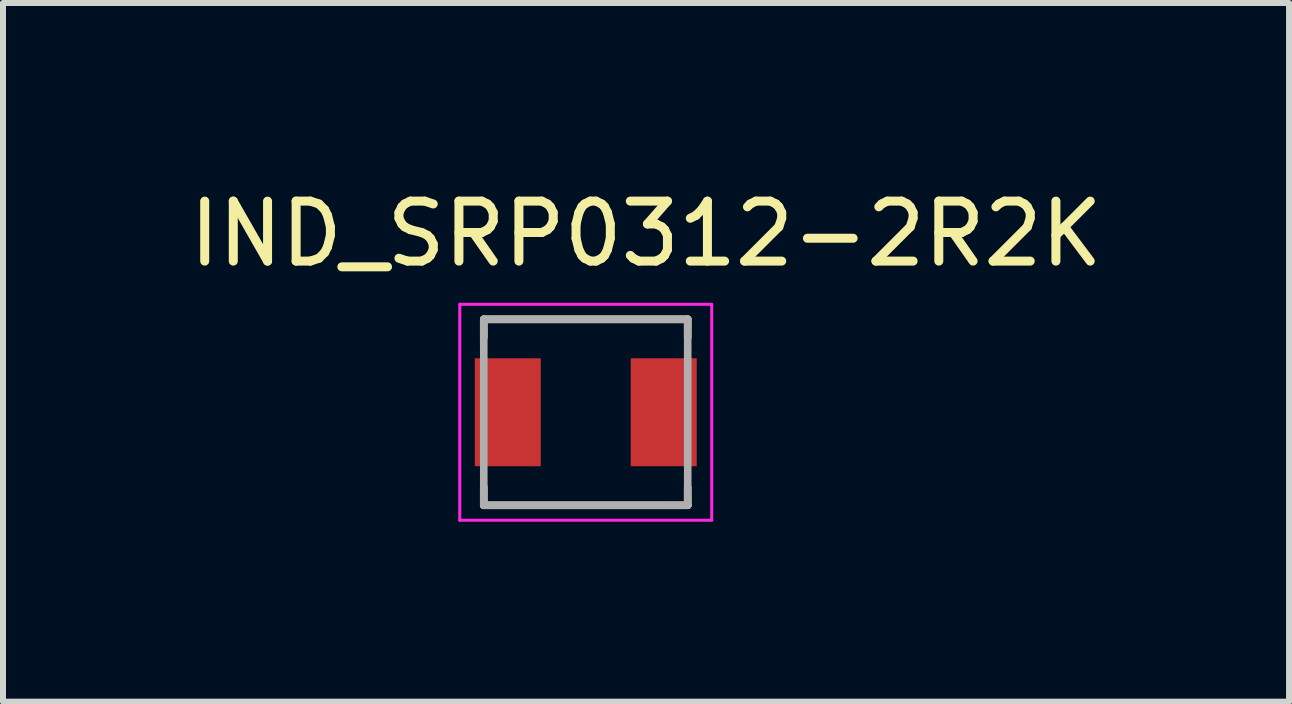
<source format=kicad_pcb>
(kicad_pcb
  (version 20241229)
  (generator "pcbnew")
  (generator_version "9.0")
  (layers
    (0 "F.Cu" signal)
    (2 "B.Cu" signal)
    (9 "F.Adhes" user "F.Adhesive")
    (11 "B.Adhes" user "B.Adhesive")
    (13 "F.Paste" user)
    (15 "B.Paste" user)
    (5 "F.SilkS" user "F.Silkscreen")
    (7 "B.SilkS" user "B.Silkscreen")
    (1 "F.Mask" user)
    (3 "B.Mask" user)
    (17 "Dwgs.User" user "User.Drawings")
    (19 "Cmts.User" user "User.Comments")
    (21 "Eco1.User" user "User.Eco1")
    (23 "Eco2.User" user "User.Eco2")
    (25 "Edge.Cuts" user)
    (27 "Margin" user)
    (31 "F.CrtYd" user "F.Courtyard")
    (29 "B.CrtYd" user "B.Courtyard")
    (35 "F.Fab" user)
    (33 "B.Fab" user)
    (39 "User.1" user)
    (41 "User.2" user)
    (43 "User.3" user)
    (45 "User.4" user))
  (footprint "IND_SRP0312-2R2K"
    (layer "F.Cu")
    (at 6.715 3.823)
    (property "Reference" "IND_SRP0312-2R2K" (at 1.005 -2.975 0) (layer "F.SilkS") (effects (font (size 1 1) (thickness 0.15))))
    (attr through_hole)
    (fp_line (start -1.7 -1.55) (end 1.7 -1.55) (stroke (width 0.127) (type solid)) (layer "F.SilkS"))
    (fp_line (start -1.7 -1.25) (end -1.7 -1.55) (stroke (width 0.127) (type solid)) (layer "F.SilkS"))
    (fp_line (start -1.7 1.25) (end -1.7 1.55) (stroke (width 0.127) (type solid)) (layer "F.SilkS"))
    (fp_line (start -1.7 1.55) (end 1.7 1.55) (stroke (width 0.127) (type solid)) (layer "F.SilkS"))
    (fp_line (start 1.7 -1.55) (end 1.7 -1.25) (stroke (width 0.127) (type solid)) (layer "F.SilkS"))
    (fp_line (start 1.7 1.55) (end 1.7 1.25) (stroke (width 0.127) (type solid)) (layer "F.SilkS"))
    (fp_line (start -2.1 -1.8) (end 2.1 -1.8) (stroke (width 0.05) (type solid)) (layer "F.CrtYd"))
    (fp_line (start -2.1 1.8) (end -2.1 -1.8) (stroke (width 0.05) (type solid)) (layer "F.CrtYd"))
    (fp_line (start 2.1 -1.8) (end 2.1 1.8) (stroke (width 0.05) (type solid)) (layer "F.CrtYd"))
    (fp_line (start 2.1 1.8) (end -2.1 1.8) (stroke (width 0.05) (type solid)) (layer "F.CrtYd"))
    (fp_line (start -1.7 -1.55) (end 1.7 -1.55) (stroke (width 0.127) (type solid)) (layer "F.Fab"))
    (fp_line (start -1.7 1.55) (end -1.7 -1.55) (stroke (width 0.127) (type solid)) (layer "F.Fab"))
    (fp_line (start 1.7 -1.55) (end 1.7 1.55) (stroke (width 0.127) (type solid)) (layer "F.Fab"))
    (fp_line (start 1.7 1.55) (end -1.7 1.55) (stroke (width 0.127) (type solid)) (layer "F.Fab"))
    (pad "1" smd rect (at -1.3 0) (size 1.1 1.8) (layers "F.Cu" "F.Mask" "F.Paste"))
    (pad "2" smd rect (at 1.3 0) (size 1.1 1.8) (layers "F.Cu" "F.Mask" "F.Paste")))
  (gr_rect
    (start -3 -3)
    (end 18.44 8.648)
    (stroke (width 0.1) (type default))
    (fill no)
    (layer "Edge.Cuts")))
</source>
